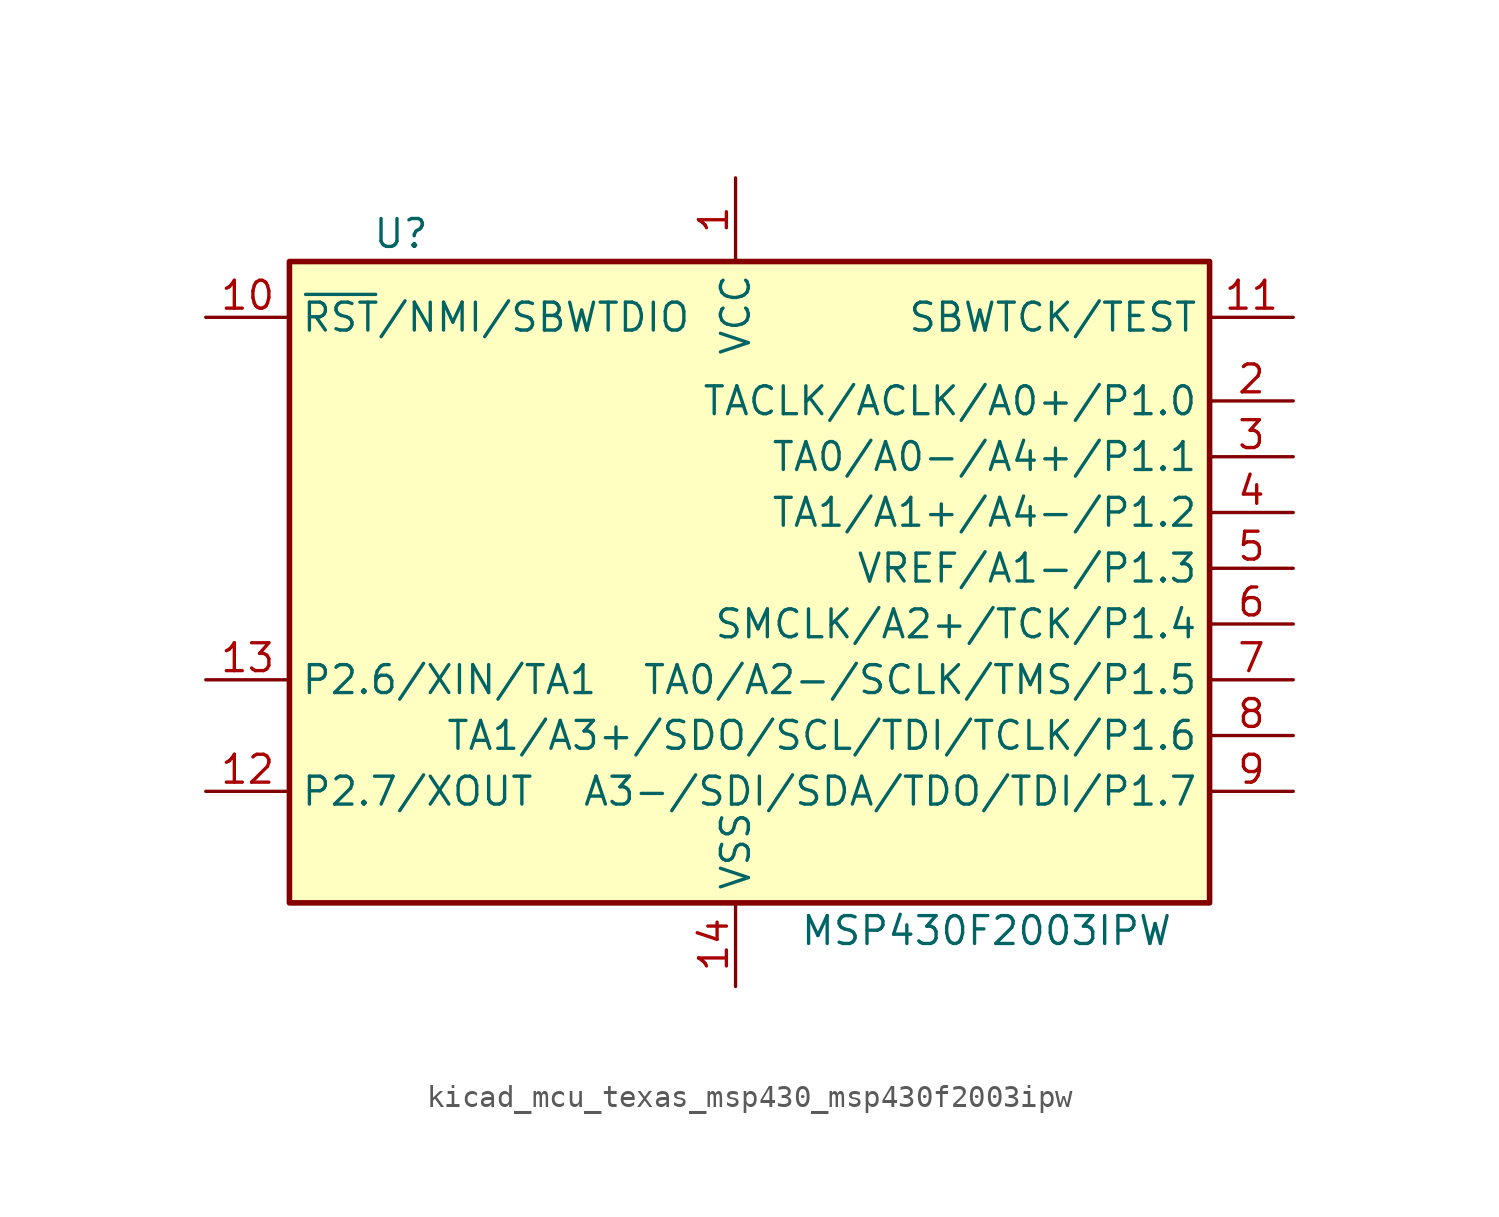
<source format=kicad_sym>
(kicad_symbol_lib
  (version 20220914)
  (generator kicad_symbol_editor)
  (symbol "kicad_mcu_texas_msp430_msp430f2003ipw"
    (property "Reference" "U"
      (at -15.24 15.24 0)
      (effects (font (size 1.27 1.27))))
    (property "Value" "MSP430F2003IPW"
      (at 11.43 -16.51 0)
      (effects (font (size 1.27 1.27))))
    (symbol "kicad_mcu_texas_msp430_msp430f2003ipw_0_1"
      (rectangle (start -20.32 13.97) (end 21.59 -15.24) (stroke (width 0.254) (type default)) (fill (type background))))
    (symbol "kicad_mcu_texas_msp430_msp430f2003ipw_1_1"
      (pin power_in line (at 0 17.78 270) (length 3.81) (name "VCC" (effects (font (size 1.27 1.27)))) (number "1" (effects (font (size 1.27 1.27)))))
      (pin input line (at -24.13 11.43 0) (length 3.81) (name "~{RST}/NMI/SBWTDIO" (effects (font (size 1.27 1.27)))) (number "10" (effects (font (size 1.27 1.27)))))
      (pin input line (at 25.4 11.43 180) (length 3.81) (name "SBWTCK/TEST" (effects (font (size 1.27 1.27)))) (number "11" (effects (font (size 1.27 1.27)))))
      (pin bidirectional line (at -24.13 -10.16 0) (length 3.81) (name "P2.7/XOUT" (effects (font (size 1.27 1.27)))) (number "12" (effects (font (size 1.27 1.27)))))
      (pin bidirectional line (at -24.13 -5.08 0) (length 3.81) (name "P2.6/XIN/TA1" (effects (font (size 1.27 1.27)))) (number "13" (effects (font (size 1.27 1.27)))))
      (pin power_in line (at 0 -19.05 90) (length 3.81) (name "VSS" (effects (font (size 1.27 1.27)))) (number "14" (effects (font (size 1.27 1.27)))))
      (pin bidirectional line (at 25.4 7.62 180) (length 3.81) (name "TACLK/ACLK/A0+/P1.0" (effects (font (size 1.27 1.27)))) (number "2" (effects (font (size 1.27 1.27)))))
      (pin bidirectional line (at 25.4 5.08 180) (length 3.81) (name "TA0/A0-/A4+/P1.1" (effects (font (size 1.27 1.27)))) (number "3" (effects (font (size 1.27 1.27)))))
      (pin bidirectional line (at 25.4 2.54 180) (length 3.81) (name "TA1/A1+/A4-/P1.2" (effects (font (size 1.27 1.27)))) (number "4" (effects (font (size 1.27 1.27)))))
      (pin bidirectional line (at 25.4 0 180) (length 3.81) (name "VREF/A1-/P1.3" (effects (font (size 1.27 1.27)))) (number "5" (effects (font (size 1.27 1.27)))))
      (pin bidirectional line (at 25.4 -2.54 180) (length 3.81) (name "SMCLK/A2+/TCK/P1.4" (effects (font (size 1.27 1.27)))) (number "6" (effects (font (size 1.27 1.27)))))
      (pin bidirectional line (at 25.4 -5.08 180) (length 3.81) (name "TA0/A2-/SCLK/TMS/P1.5" (effects (font (size 1.27 1.27)))) (number "7" (effects (font (size 1.27 1.27)))))
      (pin bidirectional line (at 25.4 -7.62 180) (length 3.81) (name "TA1/A3+/SDO/SCL/TDI/TCLK/P1.6" (effects (font (size 1.27 1.27)))) (number "8" (effects (font (size 1.27 1.27)))))
      (pin bidirectional line (at 25.4 -10.16 180) (length 3.81) (name "A3-/SDI/SDA/TDO/TDI/P1.7" (effects (font (size 1.27 1.27)))) (number "9" (effects (font (size 1.27 1.27))))))))
</source>
